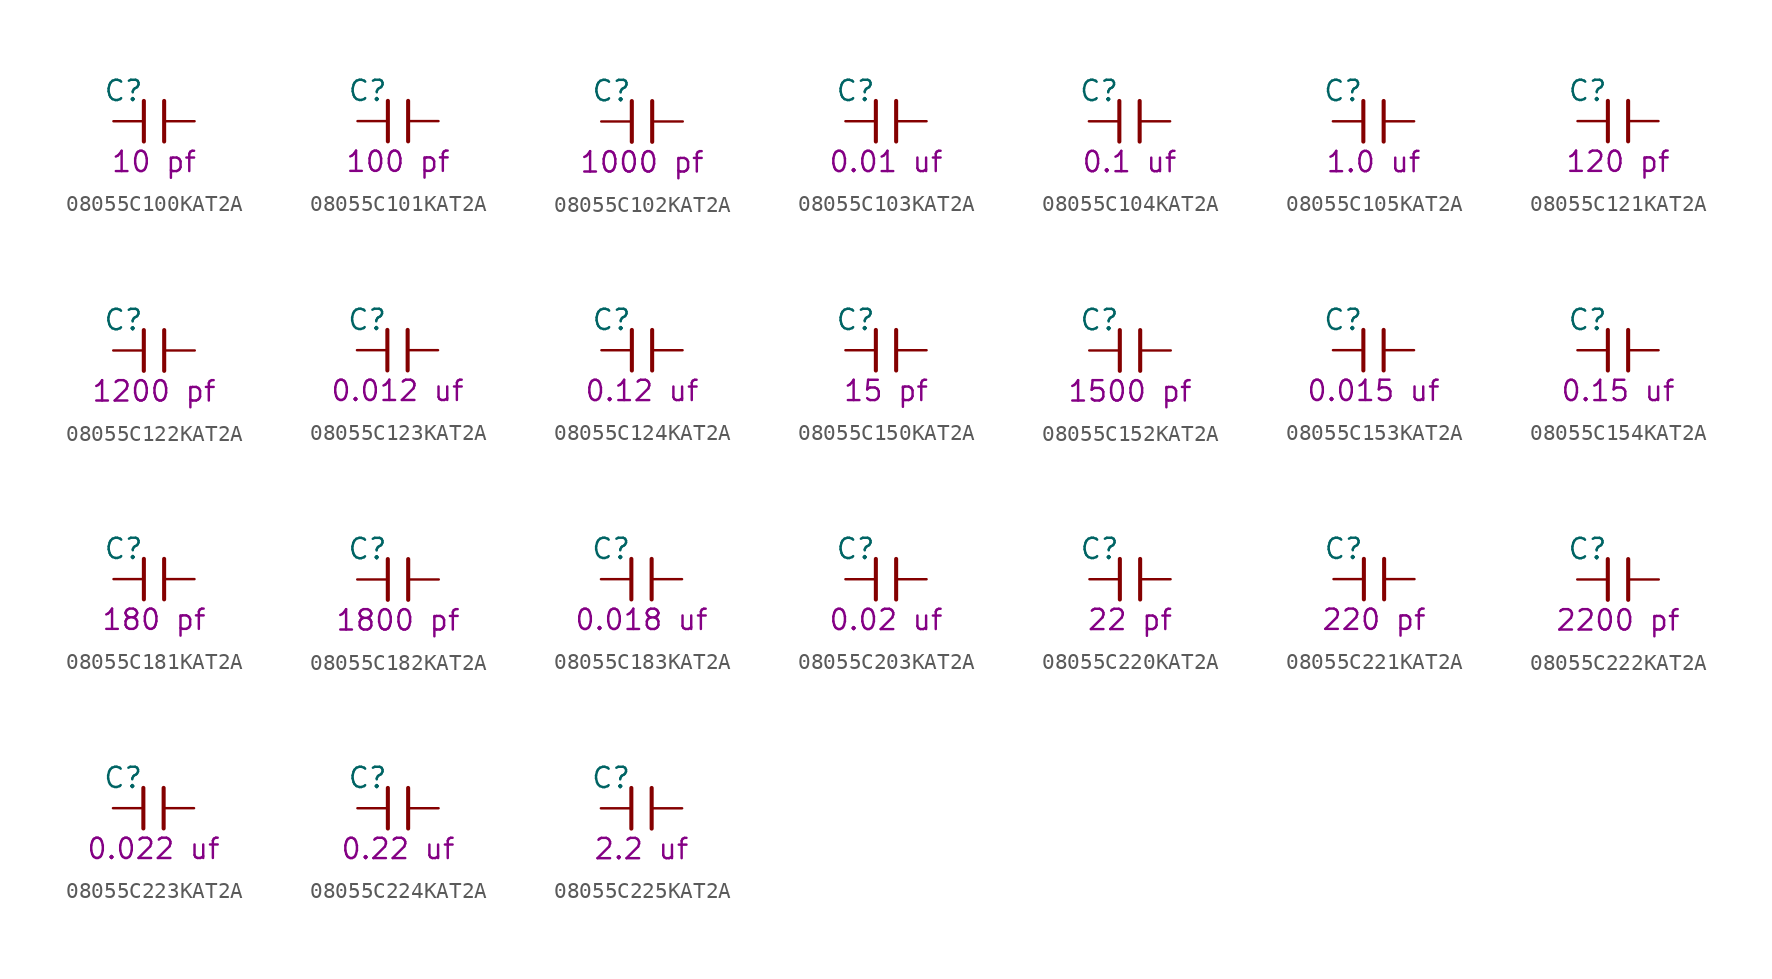
<source format=kicad_sym>
(kicad_symbol_lib
  (version 20211014)
  (generator KiCadLib_py)
  (symbol "08055C100KAT2A"
    (pin_numbers hide)
    (pin_names hide)
    (property "Reference" "C"
      (at -1.905 1.905 0)
      (effects (font (size 1.27 1.27))))
    (property "Val" "10 pf"
      (at 0 -2.54 0)
      (effects (font (size 1.27 1.27))))
    (symbol "08055C100KAT2A_0_1"
      (polyline (pts (xy -0.635 -1.27) (xy -0.635 1.27)) (stroke (width 0.254) (type default) (color 0 0 0 0)) (fill (type none)))
      (polyline (pts (xy 0.635 1.27) (xy 0.635 -1.27)) (stroke (width 0.254) (type default) (color 0 0 0 0)) (fill (type none))))
    (symbol "08055C100KAT2A_1_1"
      (pin passive line (at -2.54 0 0) (length 1.905) (name "~" (effects (font (size 1.27 1.27)))) (number "1" (effects (font (size 1.27 1.27)))))
      (pin passive line (at 2.54 0 180) (length 1.905) (name "~" (effects (font (size 1.27 1.27)))) (number "2" (effects (font (size 1.27 1.27)))))))
  (symbol "08055C101KAT2A"
    (pin_numbers hide)
    (pin_names hide)
    (property "Reference" "C"
      (at -1.905 1.905 0)
      (effects (font (size 1.27 1.27))))
    (property "Val" "100 pf"
      (at 0 -2.54 0)
      (effects (font (size 1.27 1.27))))
    (symbol "08055C101KAT2A_0_1"
      (polyline (pts (xy -0.635 -1.27) (xy -0.635 1.27)) (stroke (width 0.254) (type default) (color 0 0 0 0)) (fill (type none)))
      (polyline (pts (xy 0.635 1.27) (xy 0.635 -1.27)) (stroke (width 0.254) (type default) (color 0 0 0 0)) (fill (type none))))
    (symbol "08055C101KAT2A_1_1"
      (pin passive line (at -2.54 0 0) (length 1.905) (name "~" (effects (font (size 1.27 1.27)))) (number "1" (effects (font (size 1.27 1.27)))))
      (pin passive line (at 2.54 0 180) (length 1.905) (name "~" (effects (font (size 1.27 1.27)))) (number "2" (effects (font (size 1.27 1.27)))))))
  (symbol "08055C102KAT2A"
    (pin_numbers hide)
    (pin_names hide)
    (property "Reference" "C"
      (at -1.905 1.905 0)
      (effects (font (size 1.27 1.27))))
    (property "Val" "1000 pf"
      (at 0 -2.54 0)
      (effects (font (size 1.27 1.27))))
    (symbol "08055C102KAT2A_0_1"
      (polyline (pts (xy -0.635 -1.27) (xy -0.635 1.27)) (stroke (width 0.254) (type default) (color 0 0 0 0)) (fill (type none)))
      (polyline (pts (xy 0.635 1.27) (xy 0.635 -1.27)) (stroke (width 0.254) (type default) (color 0 0 0 0)) (fill (type none))))
    (symbol "08055C102KAT2A_1_1"
      (pin passive line (at -2.54 0 0) (length 1.905) (name "~" (effects (font (size 1.27 1.27)))) (number "1" (effects (font (size 1.27 1.27)))))
      (pin passive line (at 2.54 0 180) (length 1.905) (name "~" (effects (font (size 1.27 1.27)))) (number "2" (effects (font (size 1.27 1.27)))))))
  (symbol "08055C103KAT2A"
    (pin_numbers hide)
    (pin_names hide)
    (property "Reference" "C"
      (at -1.905 1.905 0)
      (effects (font (size 1.27 1.27))))
    (property "Val" "0.01 uf"
      (at 0 -2.54 0)
      (effects (font (size 1.27 1.27))))
    (symbol "08055C103KAT2A_0_1"
      (polyline (pts (xy -0.635 -1.27) (xy -0.635 1.27)) (stroke (width 0.254) (type default) (color 0 0 0 0)) (fill (type none)))
      (polyline (pts (xy 0.635 1.27) (xy 0.635 -1.27)) (stroke (width 0.254) (type default) (color 0 0 0 0)) (fill (type none))))
    (symbol "08055C103KAT2A_1_1"
      (pin passive line (at -2.54 0 0) (length 1.905) (name "~" (effects (font (size 1.27 1.27)))) (number "1" (effects (font (size 1.27 1.27)))))
      (pin passive line (at 2.54 0 180) (length 1.905) (name "~" (effects (font (size 1.27 1.27)))) (number "2" (effects (font (size 1.27 1.27)))))))
  (symbol "08055C104KAT2A"
    (pin_numbers hide)
    (pin_names hide)
    (property "Reference" "C"
      (at -1.905 1.905 0)
      (effects (font (size 1.27 1.27))))
    (property "Val" "0.1 uf"
      (at 0 -2.54 0)
      (effects (font (size 1.27 1.27))))
    (symbol "08055C104KAT2A_0_1"
      (polyline (pts (xy -0.635 -1.27) (xy -0.635 1.27)) (stroke (width 0.254) (type default) (color 0 0 0 0)) (fill (type none)))
      (polyline (pts (xy 0.635 1.27) (xy 0.635 -1.27)) (stroke (width 0.254) (type default) (color 0 0 0 0)) (fill (type none))))
    (symbol "08055C104KAT2A_1_1"
      (pin passive line (at -2.54 0 0) (length 1.905) (name "~" (effects (font (size 1.27 1.27)))) (number "1" (effects (font (size 1.27 1.27)))))
      (pin passive line (at 2.54 0 180) (length 1.905) (name "~" (effects (font (size 1.27 1.27)))) (number "2" (effects (font (size 1.27 1.27)))))))
  (symbol "08055C105KAT2A"
    (pin_numbers hide)
    (pin_names hide)
    (property "Reference" "C"
      (at -1.905 1.905 0)
      (effects (font (size 1.27 1.27))))
    (property "Val" "1.0 uf"
      (at 0 -2.54 0)
      (effects (font (size 1.27 1.27))))
    (symbol "08055C105KAT2A_0_1"
      (polyline (pts (xy -0.635 -1.27) (xy -0.635 1.27)) (stroke (width 0.254) (type default) (color 0 0 0 0)) (fill (type none)))
      (polyline (pts (xy 0.635 1.27) (xy 0.635 -1.27)) (stroke (width 0.254) (type default) (color 0 0 0 0)) (fill (type none))))
    (symbol "08055C105KAT2A_1_1"
      (pin passive line (at -2.54 0 0) (length 1.905) (name "~" (effects (font (size 1.27 1.27)))) (number "1" (effects (font (size 1.27 1.27)))))
      (pin passive line (at 2.54 0 180) (length 1.905) (name "~" (effects (font (size 1.27 1.27)))) (number "2" (effects (font (size 1.27 1.27)))))))
  (symbol "08055C121KAT2A"
    (pin_numbers hide)
    (pin_names hide)
    (property "Reference" "C"
      (at -1.905 1.905 0)
      (effects (font (size 1.27 1.27))))
    (property "Val" "120 pf"
      (at 0 -2.54 0)
      (effects (font (size 1.27 1.27))))
    (symbol "08055C121KAT2A_0_1"
      (polyline (pts (xy -0.635 -1.27) (xy -0.635 1.27)) (stroke (width 0.254) (type default) (color 0 0 0 0)) (fill (type none)))
      (polyline (pts (xy 0.635 1.27) (xy 0.635 -1.27)) (stroke (width 0.254) (type default) (color 0 0 0 0)) (fill (type none))))
    (symbol "08055C121KAT2A_1_1"
      (pin passive line (at -2.54 0 0) (length 1.905) (name "~" (effects (font (size 1.27 1.27)))) (number "1" (effects (font (size 1.27 1.27)))))
      (pin passive line (at 2.54 0 180) (length 1.905) (name "~" (effects (font (size 1.27 1.27)))) (number "2" (effects (font (size 1.27 1.27)))))))
  (symbol "08055C122KAT2A"
    (pin_numbers hide)
    (pin_names hide)
    (property "Reference" "C"
      (at -1.905 1.905 0)
      (effects (font (size 1.27 1.27))))
    (property "Val" "1200 pf"
      (at 0 -2.54 0)
      (effects (font (size 1.27 1.27))))
    (symbol "08055C122KAT2A_0_1"
      (polyline (pts (xy -0.635 -1.27) (xy -0.635 1.27)) (stroke (width 0.254) (type default) (color 0 0 0 0)) (fill (type none)))
      (polyline (pts (xy 0.635 1.27) (xy 0.635 -1.27)) (stroke (width 0.254) (type default) (color 0 0 0 0)) (fill (type none))))
    (symbol "08055C122KAT2A_1_1"
      (pin passive line (at -2.54 0 0) (length 1.905) (name "~" (effects (font (size 1.27 1.27)))) (number "1" (effects (font (size 1.27 1.27)))))
      (pin passive line (at 2.54 0 180) (length 1.905) (name "~" (effects (font (size 1.27 1.27)))) (number "2" (effects (font (size 1.27 1.27)))))))
  (symbol "08055C123KAT2A"
    (pin_numbers hide)
    (pin_names hide)
    (property "Reference" "C"
      (at -1.905 1.905 0)
      (effects (font (size 1.27 1.27))))
    (property "Val" "0.012 uf"
      (at 0 -2.54 0)
      (effects (font (size 1.27 1.27))))
    (symbol "08055C123KAT2A_0_1"
      (polyline (pts (xy -0.635 -1.27) (xy -0.635 1.27)) (stroke (width 0.254) (type default) (color 0 0 0 0)) (fill (type none)))
      (polyline (pts (xy 0.635 1.27) (xy 0.635 -1.27)) (stroke (width 0.254) (type default) (color 0 0 0 0)) (fill (type none))))
    (symbol "08055C123KAT2A_1_1"
      (pin passive line (at -2.54 0 0) (length 1.905) (name "~" (effects (font (size 1.27 1.27)))) (number "1" (effects (font (size 1.27 1.27)))))
      (pin passive line (at 2.54 0 180) (length 1.905) (name "~" (effects (font (size 1.27 1.27)))) (number "2" (effects (font (size 1.27 1.27)))))))
  (symbol "08055C124KAT2A"
    (pin_numbers hide)
    (pin_names hide)
    (property "Reference" "C"
      (at -1.905 1.905 0)
      (effects (font (size 1.27 1.27))))
    (property "Val" "0.12 uf"
      (at 0 -2.54 0)
      (effects (font (size 1.27 1.27))))
    (symbol "08055C124KAT2A_0_1"
      (polyline (pts (xy -0.635 -1.27) (xy -0.635 1.27)) (stroke (width 0.254) (type default) (color 0 0 0 0)) (fill (type none)))
      (polyline (pts (xy 0.635 1.27) (xy 0.635 -1.27)) (stroke (width 0.254) (type default) (color 0 0 0 0)) (fill (type none))))
    (symbol "08055C124KAT2A_1_1"
      (pin passive line (at -2.54 0 0) (length 1.905) (name "~" (effects (font (size 1.27 1.27)))) (number "1" (effects (font (size 1.27 1.27)))))
      (pin passive line (at 2.54 0 180) (length 1.905) (name "~" (effects (font (size 1.27 1.27)))) (number "2" (effects (font (size 1.27 1.27)))))))
  (symbol "08055C150KAT2A"
    (pin_numbers hide)
    (pin_names hide)
    (property "Reference" "C"
      (at -1.905 1.905 0)
      (effects (font (size 1.27 1.27))))
    (property "Val" "15 pf"
      (at 0 -2.54 0)
      (effects (font (size 1.27 1.27))))
    (symbol "08055C150KAT2A_0_1"
      (polyline (pts (xy -0.635 -1.27) (xy -0.635 1.27)) (stroke (width 0.254) (type default) (color 0 0 0 0)) (fill (type none)))
      (polyline (pts (xy 0.635 1.27) (xy 0.635 -1.27)) (stroke (width 0.254) (type default) (color 0 0 0 0)) (fill (type none))))
    (symbol "08055C150KAT2A_1_1"
      (pin passive line (at -2.54 0 0) (length 1.905) (name "~" (effects (font (size 1.27 1.27)))) (number "1" (effects (font (size 1.27 1.27)))))
      (pin passive line (at 2.54 0 180) (length 1.905) (name "~" (effects (font (size 1.27 1.27)))) (number "2" (effects (font (size 1.27 1.27)))))))
  (symbol "08055C152KAT2A"
    (pin_numbers hide)
    (pin_names hide)
    (property "Reference" "C"
      (at -1.905 1.905 0)
      (effects (font (size 1.27 1.27))))
    (property "Val" "1500 pf"
      (at 0 -2.54 0)
      (effects (font (size 1.27 1.27))))
    (symbol "08055C152KAT2A_0_1"
      (polyline (pts (xy -0.635 -1.27) (xy -0.635 1.27)) (stroke (width 0.254) (type default) (color 0 0 0 0)) (fill (type none)))
      (polyline (pts (xy 0.635 1.27) (xy 0.635 -1.27)) (stroke (width 0.254) (type default) (color 0 0 0 0)) (fill (type none))))
    (symbol "08055C152KAT2A_1_1"
      (pin passive line (at -2.54 0 0) (length 1.905) (name "~" (effects (font (size 1.27 1.27)))) (number "1" (effects (font (size 1.27 1.27)))))
      (pin passive line (at 2.54 0 180) (length 1.905) (name "~" (effects (font (size 1.27 1.27)))) (number "2" (effects (font (size 1.27 1.27)))))))
  (symbol "08055C153KAT2A"
    (pin_numbers hide)
    (pin_names hide)
    (property "Reference" "C"
      (at -1.905 1.905 0)
      (effects (font (size 1.27 1.27))))
    (property "Val" "0.015 uf"
      (at 0 -2.54 0)
      (effects (font (size 1.27 1.27))))
    (symbol "08055C153KAT2A_0_1"
      (polyline (pts (xy -0.635 -1.27) (xy -0.635 1.27)) (stroke (width 0.254) (type default) (color 0 0 0 0)) (fill (type none)))
      (polyline (pts (xy 0.635 1.27) (xy 0.635 -1.27)) (stroke (width 0.254) (type default) (color 0 0 0 0)) (fill (type none))))
    (symbol "08055C153KAT2A_1_1"
      (pin passive line (at -2.54 0 0) (length 1.905) (name "~" (effects (font (size 1.27 1.27)))) (number "1" (effects (font (size 1.27 1.27)))))
      (pin passive line (at 2.54 0 180) (length 1.905) (name "~" (effects (font (size 1.27 1.27)))) (number "2" (effects (font (size 1.27 1.27)))))))
  (symbol "08055C154KAT2A"
    (pin_numbers hide)
    (pin_names hide)
    (property "Reference" "C"
      (at -1.905 1.905 0)
      (effects (font (size 1.27 1.27))))
    (property "Val" "0.15 uf"
      (at 0 -2.54 0)
      (effects (font (size 1.27 1.27))))
    (symbol "08055C154KAT2A_0_1"
      (polyline (pts (xy -0.635 -1.27) (xy -0.635 1.27)) (stroke (width 0.254) (type default) (color 0 0 0 0)) (fill (type none)))
      (polyline (pts (xy 0.635 1.27) (xy 0.635 -1.27)) (stroke (width 0.254) (type default) (color 0 0 0 0)) (fill (type none))))
    (symbol "08055C154KAT2A_1_1"
      (pin passive line (at -2.54 0 0) (length 1.905) (name "~" (effects (font (size 1.27 1.27)))) (number "1" (effects (font (size 1.27 1.27)))))
      (pin passive line (at 2.54 0 180) (length 1.905) (name "~" (effects (font (size 1.27 1.27)))) (number "2" (effects (font (size 1.27 1.27)))))))
  (symbol "08055C181KAT2A"
    (pin_numbers hide)
    (pin_names hide)
    (property "Reference" "C"
      (at -1.905 1.905 0)
      (effects (font (size 1.27 1.27))))
    (property "Val" "180 pf"
      (at 0 -2.54 0)
      (effects (font (size 1.27 1.27))))
    (symbol "08055C181KAT2A_0_1"
      (polyline (pts (xy -0.635 -1.27) (xy -0.635 1.27)) (stroke (width 0.254) (type default) (color 0 0 0 0)) (fill (type none)))
      (polyline (pts (xy 0.635 1.27) (xy 0.635 -1.27)) (stroke (width 0.254) (type default) (color 0 0 0 0)) (fill (type none))))
    (symbol "08055C181KAT2A_1_1"
      (pin passive line (at -2.54 0 0) (length 1.905) (name "~" (effects (font (size 1.27 1.27)))) (number "1" (effects (font (size 1.27 1.27)))))
      (pin passive line (at 2.54 0 180) (length 1.905) (name "~" (effects (font (size 1.27 1.27)))) (number "2" (effects (font (size 1.27 1.27)))))))
  (symbol "08055C182KAT2A"
    (pin_numbers hide)
    (pin_names hide)
    (property "Reference" "C"
      (at -1.905 1.905 0)
      (effects (font (size 1.27 1.27))))
    (property "Val" "1800 pf"
      (at 0 -2.54 0)
      (effects (font (size 1.27 1.27))))
    (symbol "08055C182KAT2A_0_1"
      (polyline (pts (xy -0.635 -1.27) (xy -0.635 1.27)) (stroke (width 0.254) (type default) (color 0 0 0 0)) (fill (type none)))
      (polyline (pts (xy 0.635 1.27) (xy 0.635 -1.27)) (stroke (width 0.254) (type default) (color 0 0 0 0)) (fill (type none))))
    (symbol "08055C182KAT2A_1_1"
      (pin passive line (at -2.54 0 0) (length 1.905) (name "~" (effects (font (size 1.27 1.27)))) (number "1" (effects (font (size 1.27 1.27)))))
      (pin passive line (at 2.54 0 180) (length 1.905) (name "~" (effects (font (size 1.27 1.27)))) (number "2" (effects (font (size 1.27 1.27)))))))
  (symbol "08055C183KAT2A"
    (pin_numbers hide)
    (pin_names hide)
    (property "Reference" "C"
      (at -1.905 1.905 0)
      (effects (font (size 1.27 1.27))))
    (property "Val" "0.018 uf"
      (at 0 -2.54 0)
      (effects (font (size 1.27 1.27))))
    (symbol "08055C183KAT2A_0_1"
      (polyline (pts (xy -0.635 -1.27) (xy -0.635 1.27)) (stroke (width 0.254) (type default) (color 0 0 0 0)) (fill (type none)))
      (polyline (pts (xy 0.635 1.27) (xy 0.635 -1.27)) (stroke (width 0.254) (type default) (color 0 0 0 0)) (fill (type none))))
    (symbol "08055C183KAT2A_1_1"
      (pin passive line (at -2.54 0 0) (length 1.905) (name "~" (effects (font (size 1.27 1.27)))) (number "1" (effects (font (size 1.27 1.27)))))
      (pin passive line (at 2.54 0 180) (length 1.905) (name "~" (effects (font (size 1.27 1.27)))) (number "2" (effects (font (size 1.27 1.27)))))))
  (symbol "08055C203KAT2A"
    (pin_numbers hide)
    (pin_names hide)
    (property "Reference" "C"
      (at -1.905 1.905 0)
      (effects (font (size 1.27 1.27))))
    (property "Val" "0.02 uf"
      (at 0 -2.54 0)
      (effects (font (size 1.27 1.27))))
    (symbol "08055C203KAT2A_0_1"
      (polyline (pts (xy -0.635 -1.27) (xy -0.635 1.27)) (stroke (width 0.254) (type default) (color 0 0 0 0)) (fill (type none)))
      (polyline (pts (xy 0.635 1.27) (xy 0.635 -1.27)) (stroke (width 0.254) (type default) (color 0 0 0 0)) (fill (type none))))
    (symbol "08055C203KAT2A_1_1"
      (pin passive line (at -2.54 0 0) (length 1.905) (name "~" (effects (font (size 1.27 1.27)))) (number "1" (effects (font (size 1.27 1.27)))))
      (pin passive line (at 2.54 0 180) (length 1.905) (name "~" (effects (font (size 1.27 1.27)))) (number "2" (effects (font (size 1.27 1.27)))))))
  (symbol "08055C220KAT2A"
    (pin_numbers hide)
    (pin_names hide)
    (property "Reference" "C"
      (at -1.905 1.905 0)
      (effects (font (size 1.27 1.27))))
    (property "Val" "22 pf"
      (at 0 -2.54 0)
      (effects (font (size 1.27 1.27))))
    (symbol "08055C220KAT2A_0_1"
      (polyline (pts (xy -0.635 -1.27) (xy -0.635 1.27)) (stroke (width 0.254) (type default) (color 0 0 0 0)) (fill (type none)))
      (polyline (pts (xy 0.635 1.27) (xy 0.635 -1.27)) (stroke (width 0.254) (type default) (color 0 0 0 0)) (fill (type none))))
    (symbol "08055C220KAT2A_1_1"
      (pin passive line (at -2.54 0 0) (length 1.905) (name "~" (effects (font (size 1.27 1.27)))) (number "1" (effects (font (size 1.27 1.27)))))
      (pin passive line (at 2.54 0 180) (length 1.905) (name "~" (effects (font (size 1.27 1.27)))) (number "2" (effects (font (size 1.27 1.27)))))))
  (symbol "08055C221KAT2A"
    (pin_numbers hide)
    (pin_names hide)
    (property "Reference" "C"
      (at -1.905 1.905 0)
      (effects (font (size 1.27 1.27))))
    (property "Val" "220 pf"
      (at 0 -2.54 0)
      (effects (font (size 1.27 1.27))))
    (symbol "08055C221KAT2A_0_1"
      (polyline (pts (xy -0.635 -1.27) (xy -0.635 1.27)) (stroke (width 0.254) (type default) (color 0 0 0 0)) (fill (type none)))
      (polyline (pts (xy 0.635 1.27) (xy 0.635 -1.27)) (stroke (width 0.254) (type default) (color 0 0 0 0)) (fill (type none))))
    (symbol "08055C221KAT2A_1_1"
      (pin passive line (at -2.54 0 0) (length 1.905) (name "~" (effects (font (size 1.27 1.27)))) (number "1" (effects (font (size 1.27 1.27)))))
      (pin passive line (at 2.54 0 180) (length 1.905) (name "~" (effects (font (size 1.27 1.27)))) (number "2" (effects (font (size 1.27 1.27)))))))
  (symbol "08055C222KAT2A"
    (pin_numbers hide)
    (pin_names hide)
    (property "Reference" "C"
      (at -1.905 1.905 0)
      (effects (font (size 1.27 1.27))))
    (property "Val" "2200 pf"
      (at 0 -2.54 0)
      (effects (font (size 1.27 1.27))))
    (symbol "08055C222KAT2A_0_1"
      (polyline (pts (xy -0.635 -1.27) (xy -0.635 1.27)) (stroke (width 0.254) (type default) (color 0 0 0 0)) (fill (type none)))
      (polyline (pts (xy 0.635 1.27) (xy 0.635 -1.27)) (stroke (width 0.254) (type default) (color 0 0 0 0)) (fill (type none))))
    (symbol "08055C222KAT2A_1_1"
      (pin passive line (at -2.54 0 0) (length 1.905) (name "~" (effects (font (size 1.27 1.27)))) (number "1" (effects (font (size 1.27 1.27)))))
      (pin passive line (at 2.54 0 180) (length 1.905) (name "~" (effects (font (size 1.27 1.27)))) (number "2" (effects (font (size 1.27 1.27)))))))
  (symbol "08055C223KAT2A"
    (pin_numbers hide)
    (pin_names hide)
    (property "Reference" "C"
      (at -1.905 1.905 0)
      (effects (font (size 1.27 1.27))))
    (property "Val" "0.022 uf"
      (at 0 -2.54 0)
      (effects (font (size 1.27 1.27))))
    (symbol "08055C223KAT2A_0_1"
      (polyline (pts (xy -0.635 -1.27) (xy -0.635 1.27)) (stroke (width 0.254) (type default) (color 0 0 0 0)) (fill (type none)))
      (polyline (pts (xy 0.635 1.27) (xy 0.635 -1.27)) (stroke (width 0.254) (type default) (color 0 0 0 0)) (fill (type none))))
    (symbol "08055C223KAT2A_1_1"
      (pin passive line (at -2.54 0 0) (length 1.905) (name "~" (effects (font (size 1.27 1.27)))) (number "1" (effects (font (size 1.27 1.27)))))
      (pin passive line (at 2.54 0 180) (length 1.905) (name "~" (effects (font (size 1.27 1.27)))) (number "2" (effects (font (size 1.27 1.27)))))))
  (symbol "08055C224KAT2A"
    (pin_numbers hide)
    (pin_names hide)
    (property "Reference" "C"
      (at -1.905 1.905 0)
      (effects (font (size 1.27 1.27))))
    (property "Val" "0.22 uf"
      (at 0 -2.54 0)
      (effects (font (size 1.27 1.27))))
    (symbol "08055C224KAT2A_0_1"
      (polyline (pts (xy -0.635 -1.27) (xy -0.635 1.27)) (stroke (width 0.254) (type default) (color 0 0 0 0)) (fill (type none)))
      (polyline (pts (xy 0.635 1.27) (xy 0.635 -1.27)) (stroke (width 0.254) (type default) (color 0 0 0 0)) (fill (type none))))
    (symbol "08055C224KAT2A_1_1"
      (pin passive line (at -2.54 0 0) (length 1.905) (name "~" (effects (font (size 1.27 1.27)))) (number "1" (effects (font (size 1.27 1.27)))))
      (pin passive line (at 2.54 0 180) (length 1.905) (name "~" (effects (font (size 1.27 1.27)))) (number "2" (effects (font (size 1.27 1.27)))))))
  (symbol "08055C225KAT2A"
    (pin_numbers hide)
    (pin_names hide)
    (property "Reference" "C"
      (at -1.905 1.905 0)
      (effects (font (size 1.27 1.27))))
    (property "Val" "2.2 uf"
      (at 0 -2.54 0)
      (effects (font (size 1.27 1.27))))
    (symbol "08055C225KAT2A_0_1"
      (polyline (pts (xy -0.635 -1.27) (xy -0.635 1.27)) (stroke (width 0.254) (type default) (color 0 0 0 0)) (fill (type none)))
      (polyline (pts (xy 0.635 1.27) (xy 0.635 -1.27)) (stroke (width 0.254) (type default) (color 0 0 0 0)) (fill (type none))))
    (symbol "08055C225KAT2A_1_1"
      (pin passive line (at -2.54 0 0) (length 1.905) (name "~" (effects (font (size 1.27 1.27)))) (number "1" (effects (font (size 1.27 1.27)))))
      (pin passive line (at 2.54 0 180) (length 1.905) (name "~" (effects (font (size 1.27 1.27)))) (number "2" (effects (font (size 1.27 1.27))))))))
</source>
